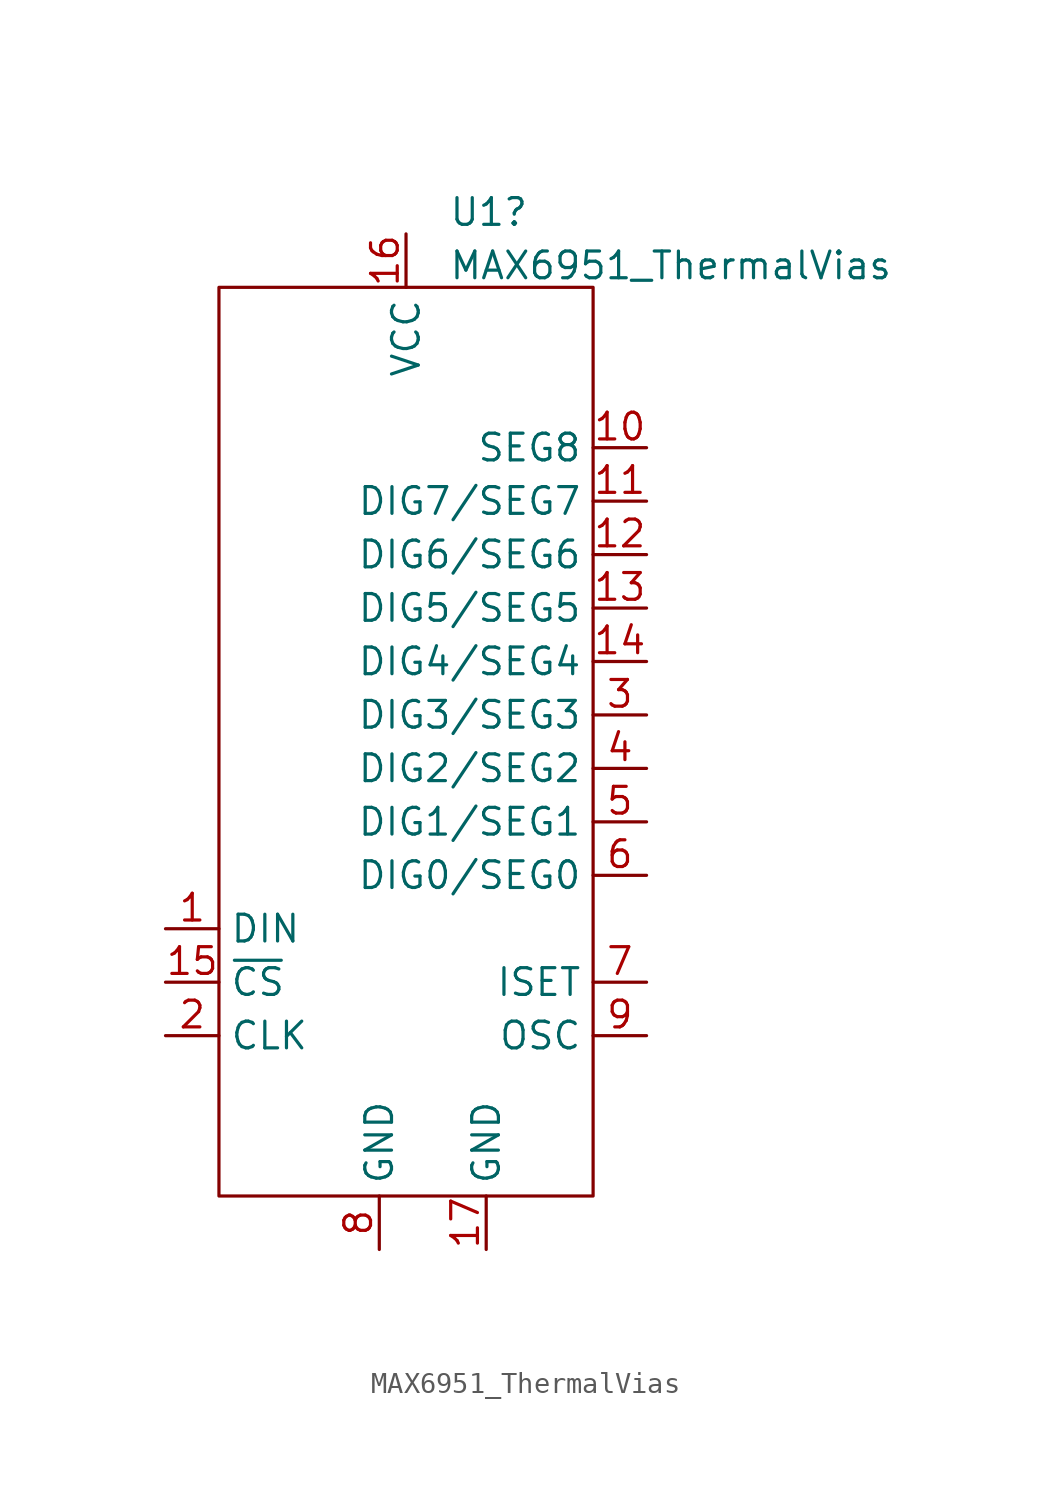
<source format=kicad_sym>
(kicad_symbol_lib
  (version 20211014)
  (generator kicad_symbol_editor)
  (symbol "MAX6951_ThermalVias"
    (property "Reference" "U1"
      (at 0.749 23.893 0)
      (effects (font (size 1.27 1.27)) (justify left)))
    (property "Value" "MAX6951_ThermalVias"
      (at 0.749 21.356 0)
      (effects (font (size 1.27 1.27)) (justify left)))
    (symbol "MAX6951_ThermalVias_0_1"
      (rectangle (start -10.16 -22.86) (end 7.62 20.32) (stroke (width 0) (type default) (color 0 0 0 0)) (fill (type none))))
    (symbol "MAX6951_ThermalVias_1_1"
      (pin input line (at -12.7 -10.16 0) (length 2.54) (name "DIN" (effects (font (size 1.27 1.27)))) (number "1" (effects (font (size 1.27 1.27)))))
      (pin output line (at 10.16 12.7 180) (length 2.54) (name "SEG8" (effects (font (size 1.27 1.27)))) (number "10" (effects (font (size 1.27 1.27)))))
      (pin output line (at 10.16 10.16 180) (length 2.54) (name "DIG7/SEG7" (effects (font (size 1.27 1.27)))) (number "11" (effects (font (size 1.27 1.27)))))
      (pin output line (at 10.16 7.62 180) (length 2.54) (name "DIG6/SEG6" (effects (font (size 1.27 1.27)))) (number "12" (effects (font (size 1.27 1.27)))))
      (pin output line (at 10.16 5.08 180) (length 2.54) (name "DIG5/SEG5" (effects (font (size 1.27 1.27)))) (number "13" (effects (font (size 1.27 1.27)))))
      (pin output line (at 10.16 2.54 180) (length 2.54) (name "DIG4/SEG4" (effects (font (size 1.27 1.27)))) (number "14" (effects (font (size 1.27 1.27)))))
      (pin input line (at -12.7 -12.7 0) (length 2.54) (name "~{CS}" (effects (font (size 1.27 1.27)))) (number "15" (effects (font (size 1.27 1.27)))))
      (pin power_in line (at -1.27 22.86 270) (length 2.54) (name "VCC" (effects (font (size 1.27 1.27)))) (number "16" (effects (font (size 1.27 1.27)))))
      (pin power_out line (at 2.54 -25.4 90) (length 2.54) (name "GND" (effects (font (size 1.27 1.27)))) (number "17" (effects (font (size 1.27 1.27)))))
      (pin input line (at -12.7 -15.24 0) (length 2.54) (name "CLK" (effects (font (size 1.27 1.27)))) (number "2" (effects (font (size 1.27 1.27)))))
      (pin output line (at 10.16 0 180) (length 2.54) (name "DIG3/SEG3" (effects (font (size 1.27 1.27)))) (number "3" (effects (font (size 1.27 1.27)))))
      (pin output line (at 10.16 -2.54 180) (length 2.54) (name "DIG2/SEG2" (effects (font (size 1.27 1.27)))) (number "4" (effects (font (size 1.27 1.27)))))
      (pin output line (at 10.16 -5.08 180) (length 2.54) (name "DIG1/SEG1" (effects (font (size 1.27 1.27)))) (number "5" (effects (font (size 1.27 1.27)))))
      (pin output line (at 10.16 -7.62 180) (length 2.54) (name "DIG0/SEG0" (effects (font (size 1.27 1.27)))) (number "6" (effects (font (size 1.27 1.27)))))
      (pin input line (at 10.16 -12.7 180) (length 2.54) (name "ISET" (effects (font (size 1.27 1.27)))) (number "7" (effects (font (size 1.27 1.27)))))
      (pin power_out line (at -2.54 -25.4 90) (length 2.54) (name "GND" (effects (font (size 1.27 1.27)))) (number "8" (effects (font (size 1.27 1.27)))))
      (pin input line (at 10.16 -15.24 180) (length 2.54) (name "OSC" (effects (font (size 1.27 1.27)))) (number "9" (effects (font (size 1.27 1.27))))))))
</source>
